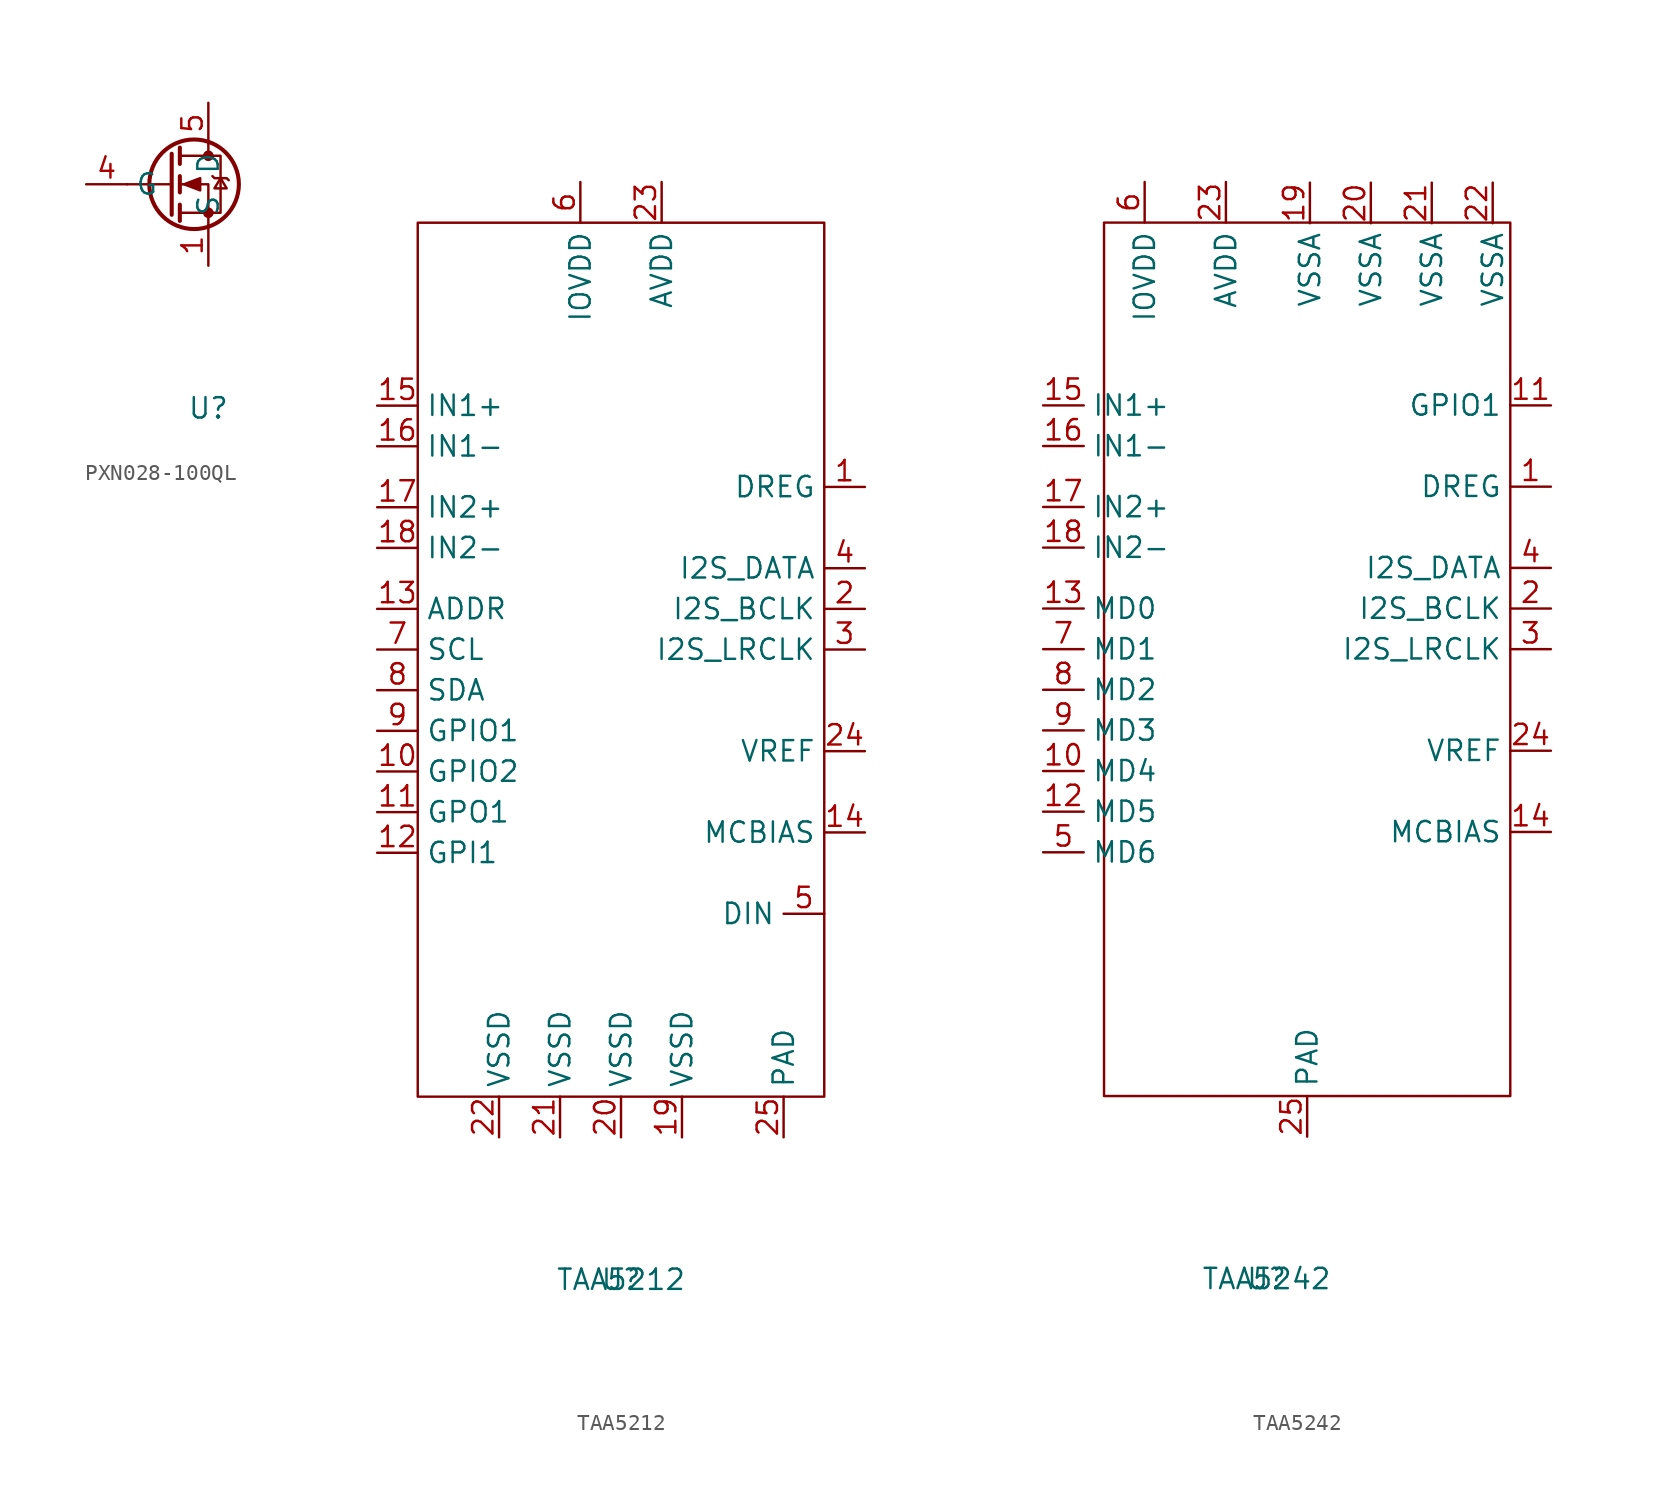
<source format=kicad_sym>
(kicad_symbol_lib
  (version 20231120)
  (generator "kicad_symbol_editor")
  (generator_version "8.0")
  (symbol "PXN028-100QL"
    (property "Reference" "U"
      (at 0 0 0)
      (effects (font (size 1.27 1.27))))
    (property "Value" ""
      (at 0 0 0)
      (effects (font (size 1.27 1.27))))
    (symbol "PXN028-100QL_0_1"
      (circle (center -0.889 13.97) (radius 2.794) (stroke (width 0.254) (type default)) (fill (type none)))
      (polyline (pts (xy -2.286 13.97) (xy -5.08 13.97)) (stroke (width 0) (type default)) (fill (type none)))
      (polyline (pts (xy -2.286 15.875) (xy -2.286 12.065)) (stroke (width 0.254) (type default)) (fill (type none)))
      (polyline (pts (xy -1.778 12.7) (xy -1.778 11.684)) (stroke (width 0.254) (type default)) (fill (type none)))
      (polyline (pts (xy -1.778 14.478) (xy -1.778 13.462)) (stroke (width 0.254) (type default)) (fill (type none)))
      (polyline (pts (xy -1.778 16.256) (xy -1.778 15.24)) (stroke (width 0.254) (type default)) (fill (type none)))
      (polyline (pts (xy 0 16.51) (xy 0 15.748)) (stroke (width 0) (type default)) (fill (type none)))
      (polyline (pts (xy 0 11.43) (xy 0 13.97) (xy -1.778 13.97)) (stroke (width 0) (type default)) (fill (type none)))
      (polyline (pts (xy -1.778 12.192) (xy 0.762 12.192) (xy 0.762 15.748) (xy -1.778 15.748)) (stroke (width 0) (type default)) (fill (type none)))
      (polyline (pts (xy -1.524 13.97) (xy -0.508 14.351) (xy -0.508 13.589) (xy -1.524 13.97)) (stroke (width 0) (type default)) (fill (type outline)))
      (polyline (pts (xy 0.254 14.478) (xy 0.381 14.351) (xy 1.143 14.351) (xy 1.27 14.224)) (stroke (width 0) (type default)) (fill (type none)))
      (polyline (pts (xy 0.762 14.351) (xy 0.381 13.716) (xy 1.143 13.716) (xy 0.762 14.351)) (stroke (width 0) (type default)) (fill (type none)))
      (circle (center 0 12.192) (radius 0.254) (stroke (width 0) (type default)) (fill (type outline)))
      (circle (center 0 15.748) (radius 0.254) (stroke (width 0) (type default)) (fill (type outline))))
    (symbol "PXN028-100QL_1_1"
      (pin passive line (at 0 8.89 90) (length 2.54) (name "S" (effects (font (size 1.27 1.27)))) (number "1" (effects (font (size 1.27 1.27)))))
      (pin passive line (at 0 8.89 90) (length 2.54) hide (name "S" (effects (font (size 1.27 1.27)))) (number "2" (effects (font (size 1.27 1.27)))))
      (pin passive line (at 0 8.89 90) (length 2.54) hide (name "S" (effects (font (size 1.27 1.27)))) (number "3" (effects (font (size 1.27 1.27)))))
      (pin passive line (at -7.62 13.97 0) (length 2.54) (name "G" (effects (font (size 1.27 1.27)))) (number "4" (effects (font (size 1.27 1.27)))))
      (pin passive line (at 0 19.05 270) (length 2.54) (name "D" (effects (font (size 1.27 1.27)))) (number "5" (effects (font (size 1.27 1.27)))))))
  (symbol "TAA5212"
    (property "Reference" "U"
      (at 0 0 0)
      (effects (font (size 1.27 1.27))))
    (property "Value" "TAA5212"
      (at 0 0 0)
      (effects (font (size 1.27 1.27))))
    (symbol "TAA5212_0_1"
      (rectangle (start -12.7 66.04) (end 12.7 11.43) (stroke (width 0) (type default)) (fill (type none))))
    (symbol "TAA5212_1_1"
      (pin output line (at 15.24 49.53 180) (length 2.54) (name "DREG" (effects (font (size 1.27 1.27)))) (number "1" (effects (font (size 1.27 1.27)))))
      (pin input line (at -15.24 31.75 0) (length 2.54) (name "GPIO2" (effects (font (size 1.27 1.27)))) (number "10" (effects (font (size 1.27 1.27)))))
      (pin input line (at -15.24 29.21 0) (length 2.54) (name "GPO1" (effects (font (size 1.27 1.27)))) (number "11" (effects (font (size 1.27 1.27)))))
      (pin input line (at -15.24 26.67 0) (length 2.54) (name "GPI1" (effects (font (size 1.27 1.27)))) (number "12" (effects (font (size 1.27 1.27)))))
      (pin input line (at -15.24 41.91 0) (length 2.54) (name "ADDR" (effects (font (size 1.27 1.27)))) (number "13" (effects (font (size 1.27 1.27)))))
      (pin output line (at 15.24 27.94 180) (length 2.54) (name "MCBIAS" (effects (font (size 1.27 1.27)))) (number "14" (effects (font (size 1.27 1.27)))))
      (pin input line (at -15.24 54.61 0) (length 2.54) (name "IN1+" (effects (font (size 1.27 1.27)))) (number "15" (effects (font (size 1.27 1.27)))))
      (pin input line (at -15.24 52.07 0) (length 2.54) (name "IN1-" (effects (font (size 1.27 1.27)))) (number "16" (effects (font (size 1.27 1.27)))))
      (pin input line (at -15.24 48.26 0) (length 2.54) (name "IN2+" (effects (font (size 1.27 1.27)))) (number "17" (effects (font (size 1.27 1.27)))))
      (pin input line (at -15.24 45.72 0) (length 2.54) (name "IN2-" (effects (font (size 1.27 1.27)))) (number "18" (effects (font (size 1.27 1.27)))))
      (pin input line (at 3.81 8.89 90) (length 2.54) (name "VSSD" (effects (font (size 1.27 1.27)))) (number "19" (effects (font (size 1.27 1.27)))))
      (pin input line (at 15.24 41.91 180) (length 2.54) (name "I2S_BCLK" (effects (font (size 1.27 1.27)))) (number "2" (effects (font (size 1.27 1.27)))))
      (pin input line (at 0 8.89 90) (length 2.54) (name "VSSD" (effects (font (size 1.27 1.27)))) (number "20" (effects (font (size 1.27 1.27)))))
      (pin input line (at -3.81 8.89 90) (length 2.54) (name "VSSD" (effects (font (size 1.27 1.27)))) (number "21" (effects (font (size 1.27 1.27)))))
      (pin input line (at -7.62 8.89 90) (length 2.54) (name "VSSD" (effects (font (size 1.27 1.27)))) (number "22" (effects (font (size 1.27 1.27)))))
      (pin input line (at 2.54 68.58 270) (length 2.54) (name "AVDD" (effects (font (size 1.27 1.27)))) (number "23" (effects (font (size 1.27 1.27)))))
      (pin output line (at 15.24 33.02 180) (length 2.54) (name "VREF" (effects (font (size 1.27 1.27)))) (number "24" (effects (font (size 1.27 1.27)))))
      (pin input line (at 10.16 8.89 90) (length 2.54) (name "PAD" (effects (font (size 1.27 1.27)))) (number "25" (effects (font (size 1.27 1.27)))))
      (pin input line (at 15.24 39.37 180) (length 2.54) (name "I2S_LRCLK" (effects (font (size 1.27 1.27)))) (number "3" (effects (font (size 1.27 1.27)))))
      (pin input line (at 15.24 44.45 180) (length 2.54) (name "I2S_DATA" (effects (font (size 1.27 1.27)))) (number "4" (effects (font (size 1.27 1.27)))))
      (pin input line (at 12.7 22.86 180) (length 2.54) (name "DIN" (effects (font (size 1.27 1.27)))) (number "5" (effects (font (size 1.27 1.27)))))
      (pin input line (at -2.54 68.58 270) (length 2.54) (name "IOVDD" (effects (font (size 1.27 1.27)))) (number "6" (effects (font (size 1.27 1.27)))))
      (pin input line (at -15.24 39.37 0) (length 2.54) (name "SCL" (effects (font (size 1.27 1.27)))) (number "7" (effects (font (size 1.27 1.27)))))
      (pin input line (at -15.24 36.83 0) (length 2.54) (name "SDA" (effects (font (size 1.27 1.27)))) (number "8" (effects (font (size 1.27 1.27)))))
      (pin input line (at -15.24 34.29 0) (length 2.54) (name "GPIO1" (effects (font (size 1.27 1.27)))) (number "9" (effects (font (size 1.27 1.27)))))))
  (symbol "TAA5242"
    (property "Reference" "U"
      (at 0 0 0)
      (effects (font (size 1.27 1.27))))
    (property "Value" "TAA5242"
      (at 0 0 0)
      (effects (font (size 1.27 1.27))))
    (symbol "TAA5242_0_1"
      (rectangle (start -10.16 66.04) (end 15.24 11.43) (stroke (width 0) (type default)) (fill (type none))))
    (symbol "TAA5242_1_1"
      (pin output line (at 17.78 49.53 180) (length 2.54) (name "DREG" (effects (font (size 1.27 1.27)))) (number "1" (effects (font (size 1.27 1.27)))))
      (pin input line (at -13.97 31.75 0) (length 2.54) (name "MD4" (effects (font (size 1.27 1.27)))) (number "10" (effects (font (size 1.27 1.27)))))
      (pin input line (at 17.78 54.61 180) (length 2.54) (name "GPIO1" (effects (font (size 1.27 1.27)))) (number "11" (effects (font (size 1.27 1.27)))))
      (pin input line (at -13.97 29.21 0) (length 2.54) (name "MD5" (effects (font (size 1.27 1.27)))) (number "12" (effects (font (size 1.27 1.27)))))
      (pin input line (at -13.97 41.91 0) (length 2.54) (name "MD0" (effects (font (size 1.27 1.27)))) (number "13" (effects (font (size 1.27 1.27)))))
      (pin output line (at 17.78 27.94 180) (length 2.54) (name "MCBIAS" (effects (font (size 1.27 1.27)))) (number "14" (effects (font (size 1.27 1.27)))))
      (pin input line (at -13.97 54.61 0) (length 2.54) (name "IN1+" (effects (font (size 1.27 1.27)))) (number "15" (effects (font (size 1.27 1.27)))))
      (pin input line (at -13.97 52.07 0) (length 2.54) (name "IN1-" (effects (font (size 1.27 1.27)))) (number "16" (effects (font (size 1.27 1.27)))))
      (pin input line (at -13.97 48.26 0) (length 2.54) (name "IN2+" (effects (font (size 1.27 1.27)))) (number "17" (effects (font (size 1.27 1.27)))))
      (pin input line (at -13.97 45.72 0) (length 2.54) (name "IN2-" (effects (font (size 1.27 1.27)))) (number "18" (effects (font (size 1.27 1.27)))))
      (pin input line (at 2.711 68.539 270) (length 2.54) (name "VSSA" (effects (font (size 1.27 1.27)))) (number "19" (effects (font (size 1.27 1.27)))))
      (pin input line (at 17.78 41.91 180) (length 2.54) (name "I2S_BCLK" (effects (font (size 1.27 1.27)))) (number "2" (effects (font (size 1.27 1.27)))))
      (pin input line (at 6.521 68.539 270) (length 2.54) (name "VSSA" (effects (font (size 1.27 1.27)))) (number "20" (effects (font (size 1.27 1.27)))))
      (pin input line (at 10.331 68.539 270) (length 2.54) (name "VSSA" (effects (font (size 1.27 1.27)))) (number "21" (effects (font (size 1.27 1.27)))))
      (pin input line (at 14.141 68.539 270) (length 2.54) (name "VSSA" (effects (font (size 1.27 1.27)))) (number "22" (effects (font (size 1.27 1.27)))))
      (pin input line (at -2.54 68.58 270) (length 2.54) (name "AVDD" (effects (font (size 1.27 1.27)))) (number "23" (effects (font (size 1.27 1.27)))))
      (pin output line (at 17.78 33.02 180) (length 2.54) (name "VREF" (effects (font (size 1.27 1.27)))) (number "24" (effects (font (size 1.27 1.27)))))
      (pin input line (at 2.54 8.89 90) (length 2.54) (name "PAD" (effects (font (size 1.27 1.27)))) (number "25" (effects (font (size 1.27 1.27)))))
      (pin input line (at 17.78 39.37 180) (length 2.54) (name "I2S_LRCLK" (effects (font (size 1.27 1.27)))) (number "3" (effects (font (size 1.27 1.27)))))
      (pin input line (at 17.78 44.45 180) (length 2.54) (name "I2S_DATA" (effects (font (size 1.27 1.27)))) (number "4" (effects (font (size 1.27 1.27)))))
      (pin input line (at -13.97 26.67 0) (length 2.54) (name "MD6" (effects (font (size 1.27 1.27)))) (number "5" (effects (font (size 1.27 1.27)))))
      (pin input line (at -7.62 68.58 270) (length 2.54) (name "IOVDD" (effects (font (size 1.27 1.27)))) (number "6" (effects (font (size 1.27 1.27)))))
      (pin input line (at -13.97 39.37 0) (length 2.54) (name "MD1" (effects (font (size 1.27 1.27)))) (number "7" (effects (font (size 1.27 1.27)))))
      (pin input line (at -13.97 36.83 0) (length 2.54) (name "MD2" (effects (font (size 1.27 1.27)))) (number "8" (effects (font (size 1.27 1.27)))))
      (pin input line (at -13.97 34.29 0) (length 2.54) (name "MD3" (effects (font (size 1.27 1.27)))) (number "9" (effects (font (size 1.27 1.27))))))))
</source>
